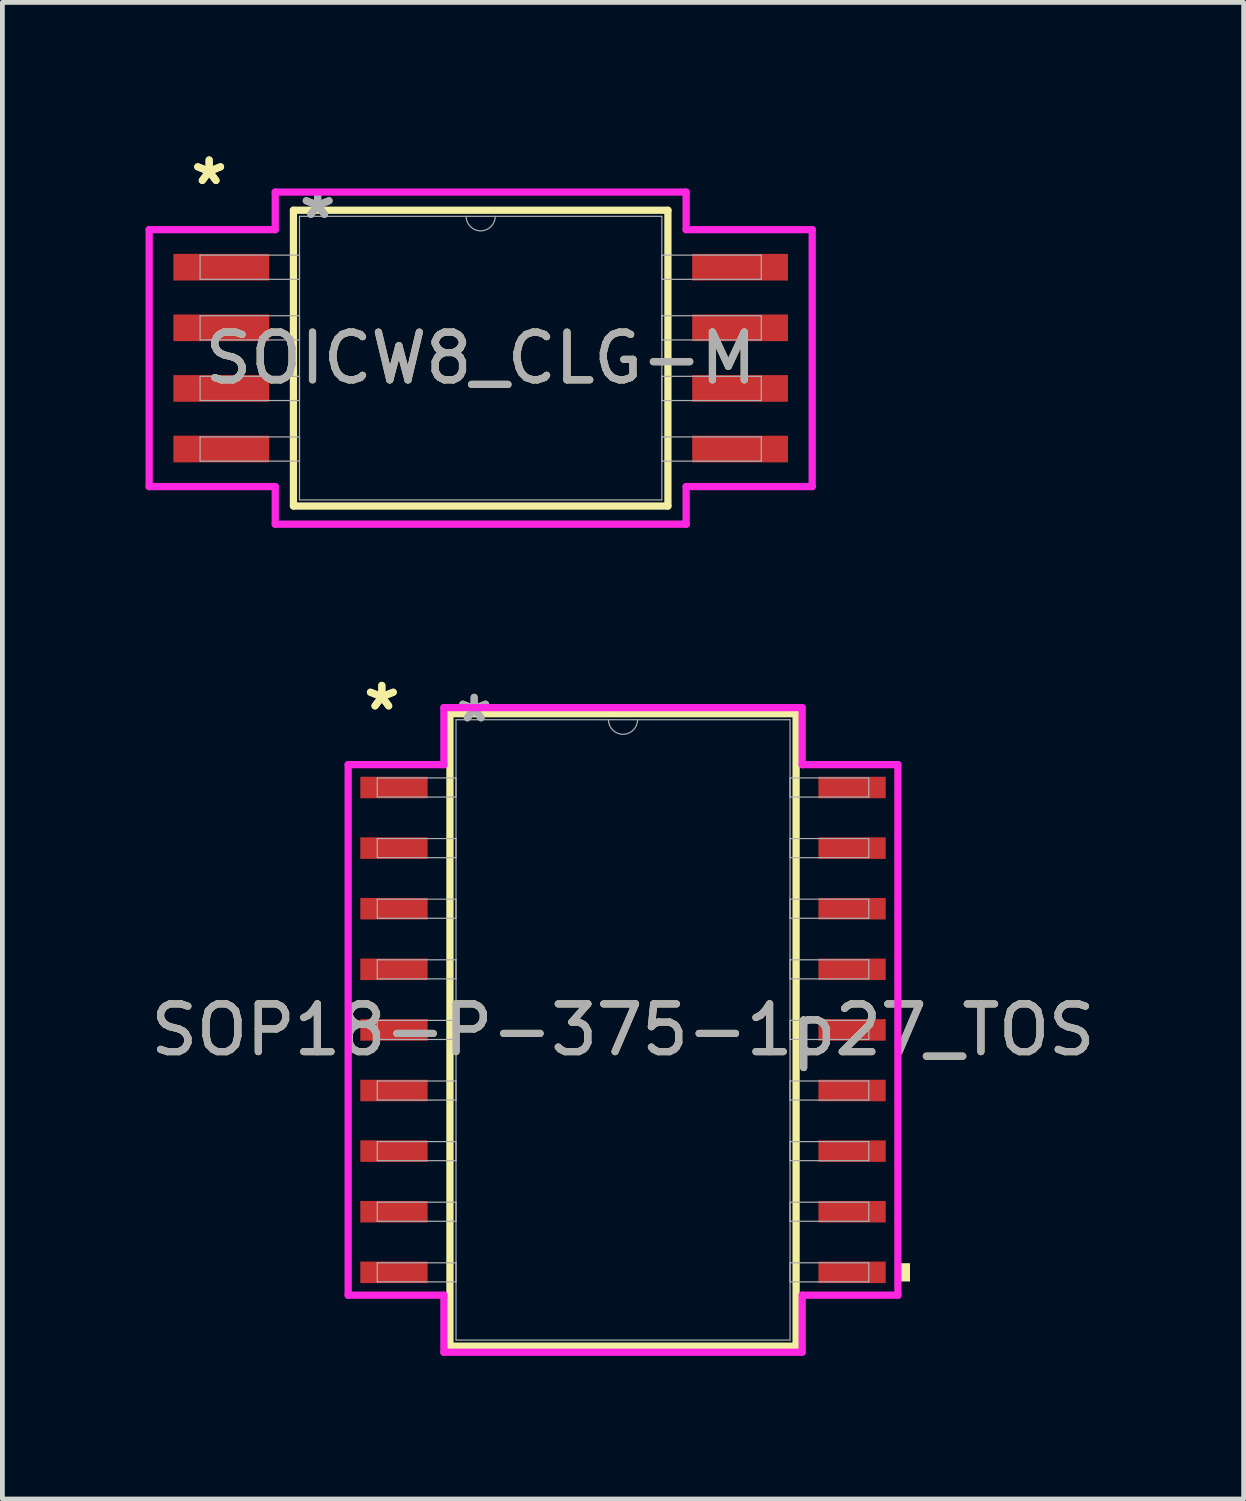
<source format=kicad_pcb>
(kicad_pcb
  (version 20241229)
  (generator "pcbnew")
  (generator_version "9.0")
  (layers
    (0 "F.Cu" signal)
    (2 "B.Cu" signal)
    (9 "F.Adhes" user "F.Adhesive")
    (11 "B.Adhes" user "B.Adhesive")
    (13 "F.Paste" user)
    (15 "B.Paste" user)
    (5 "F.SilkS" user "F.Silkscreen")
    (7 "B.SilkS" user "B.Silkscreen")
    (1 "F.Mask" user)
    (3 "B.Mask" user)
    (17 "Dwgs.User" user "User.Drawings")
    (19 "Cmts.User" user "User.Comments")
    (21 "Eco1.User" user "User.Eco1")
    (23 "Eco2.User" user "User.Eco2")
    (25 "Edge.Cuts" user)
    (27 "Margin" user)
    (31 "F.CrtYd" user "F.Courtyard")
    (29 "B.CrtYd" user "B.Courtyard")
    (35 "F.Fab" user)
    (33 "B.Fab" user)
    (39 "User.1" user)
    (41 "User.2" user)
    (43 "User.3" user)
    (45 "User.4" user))
  (footprint "SOICW8_CLG-M"
    (layer "F.Cu")
    (at 7.023 4.455)
    (property "Reference" "SOICW8_CLG-M" (at 0 0 0) (unlocked yes) (layer "F.SilkS") (effects (font (size 1 1) (thickness 0.15))))
    (attr smd)
    (fp_line (start -3.924 -3.099) (end -3.924 3.099) (stroke (width 0.152) (type solid)) (layer "F.SilkS"))
    (fp_line (start -3.924 3.099) (end 3.924 3.099) (stroke (width 0.152) (type solid)) (layer "F.SilkS"))
    (fp_line (start 3.924 -3.099) (end -3.924 -3.099) (stroke (width 0.152) (type solid)) (layer "F.SilkS"))
    (fp_line (start 3.924 3.099) (end 3.924 -3.099) (stroke (width 0.152) (type solid)) (layer "F.SilkS"))
    (fp_line (start -6.947 -2.692) (end -4.305 -2.692) (stroke (width 0.152) (type solid)) (layer "F.CrtYd"))
    (fp_line (start -6.947 2.692) (end -6.947 -2.692) (stroke (width 0.152) (type solid)) (layer "F.CrtYd"))
    (fp_line (start -6.947 2.692) (end -4.305 2.692) (stroke (width 0.152) (type solid)) (layer "F.CrtYd"))
    (fp_line (start -4.305 -3.48) (end 4.305 -3.48) (stroke (width 0.152) (type solid)) (layer "F.CrtYd"))
    (fp_line (start -4.305 -2.692) (end -4.305 -3.48) (stroke (width 0.152) (type solid)) (layer "F.CrtYd"))
    (fp_line (start -4.305 3.48) (end -4.305 2.692) (stroke (width 0.152) (type solid)) (layer "F.CrtYd"))
    (fp_line (start 4.305 -3.48) (end 4.305 -2.692) (stroke (width 0.152) (type solid)) (layer "F.CrtYd"))
    (fp_line (start 4.305 2.692) (end 4.305 3.48) (stroke (width 0.152) (type solid)) (layer "F.CrtYd"))
    (fp_line (start 4.305 3.48) (end -4.305 3.48) (stroke (width 0.152) (type solid)) (layer "F.CrtYd"))
    (fp_line (start 6.947 -2.692) (end 4.305 -2.692) (stroke (width 0.152) (type solid)) (layer "F.CrtYd"))
    (fp_line (start 6.947 -2.692) (end 6.947 2.692) (stroke (width 0.152) (type solid)) (layer "F.CrtYd"))
    (fp_line (start 6.947 2.692) (end 4.305 2.692) (stroke (width 0.152) (type solid)) (layer "F.CrtYd"))
    (fp_line (start -5.88 -2.159) (end -5.88 -1.651) (stroke (width 0.025) (type solid)) (layer "F.Fab"))
    (fp_line (start -5.88 -1.651) (end -3.797 -1.651) (stroke (width 0.025) (type solid)) (layer "F.Fab"))
    (fp_line (start -5.88 -0.889) (end -5.88 -0.381) (stroke (width 0.025) (type solid)) (layer "F.Fab"))
    (fp_line (start -5.88 -0.381) (end -3.797 -0.381) (stroke (width 0.025) (type solid)) (layer "F.Fab"))
    (fp_line (start -5.88 0.381) (end -5.88 0.889) (stroke (width 0.025) (type solid)) (layer "F.Fab"))
    (fp_line (start -5.88 0.889) (end -3.797 0.889) (stroke (width 0.025) (type solid)) (layer "F.Fab"))
    (fp_line (start -5.88 1.651) (end -5.88 2.159) (stroke (width 0.025) (type solid)) (layer "F.Fab"))
    (fp_line (start -5.88 2.159) (end -3.797 2.159) (stroke (width 0.025) (type solid)) (layer "F.Fab"))
    (fp_line (start -3.797 -2.972) (end -3.797 2.972) (stroke (width 0.025) (type solid)) (layer "F.Fab"))
    (fp_line (start -3.797 -2.159) (end -5.88 -2.159) (stroke (width 0.025) (type solid)) (layer "F.Fab"))
    (fp_line (start -3.797 -1.651) (end -3.797 -2.159) (stroke (width 0.025) (type solid)) (layer "F.Fab"))
    (fp_line (start -3.797 -0.889) (end -5.88 -0.889) (stroke (width 0.025) (type solid)) (layer "F.Fab"))
    (fp_line (start -3.797 -0.381) (end -3.797 -0.889) (stroke (width 0.025) (type solid)) (layer "F.Fab"))
    (fp_line (start -3.797 0.381) (end -5.88 0.381) (stroke (width 0.025) (type solid)) (layer "F.Fab"))
    (fp_line (start -3.797 0.889) (end -3.797 0.381) (stroke (width 0.025) (type solid)) (layer "F.Fab"))
    (fp_line (start -3.797 1.651) (end -5.88 1.651) (stroke (width 0.025) (type solid)) (layer "F.Fab"))
    (fp_line (start -3.797 2.159) (end -3.797 1.651) (stroke (width 0.025) (type solid)) (layer "F.Fab"))
    (fp_line (start -3.797 2.972) (end 3.797 2.972) (stroke (width 0.025) (type solid)) (layer "F.Fab"))
    (fp_line (start 3.797 -2.972) (end -3.797 -2.972) (stroke (width 0.025) (type solid)) (layer "F.Fab"))
    (fp_line (start 3.797 -2.159) (end 3.797 -1.651) (stroke (width 0.025) (type solid)) (layer "F.Fab"))
    (fp_line (start 3.797 -1.651) (end 5.88 -1.651) (stroke (width 0.025) (type solid)) (layer "F.Fab"))
    (fp_line (start 3.797 -0.889) (end 3.797 -0.381) (stroke (width 0.025) (type solid)) (layer "F.Fab"))
    (fp_line (start 3.797 -0.381) (end 5.88 -0.381) (stroke (width 0.025) (type solid)) (layer "F.Fab"))
    (fp_line (start 3.797 0.381) (end 3.797 0.889) (stroke (width 0.025) (type solid)) (layer "F.Fab"))
    (fp_line (start 3.797 0.889) (end 5.88 0.889) (stroke (width 0.025) (type solid)) (layer "F.Fab"))
    (fp_line (start 3.797 1.651) (end 3.797 2.159) (stroke (width 0.025) (type solid)) (layer "F.Fab"))
    (fp_line (start 3.797 2.159) (end 5.88 2.159) (stroke (width 0.025) (type solid)) (layer "F.Fab"))
    (fp_line (start 3.797 2.972) (end 3.797 -2.972) (stroke (width 0.025) (type solid)) (layer "F.Fab"))
    (fp_line (start 5.88 -2.159) (end 3.797 -2.159) (stroke (width 0.025) (type solid)) (layer "F.Fab"))
    (fp_line (start 5.88 -1.651) (end 5.88 -2.159) (stroke (width 0.025) (type solid)) (layer "F.Fab"))
    (fp_line (start 5.88 -0.889) (end 3.797 -0.889) (stroke (width 0.025) (type solid)) (layer "F.Fab"))
    (fp_line (start 5.88 -0.381) (end 5.88 -0.889) (stroke (width 0.025) (type solid)) (layer "F.Fab"))
    (fp_line (start 5.88 0.381) (end 3.797 0.381) (stroke (width 0.025) (type solid)) (layer "F.Fab"))
    (fp_line (start 5.88 0.889) (end 5.88 0.381) (stroke (width 0.025) (type solid)) (layer "F.Fab"))
    (fp_line (start 5.88 1.651) (end 3.797 1.651) (stroke (width 0.025) (type solid)) (layer "F.Fab"))
    (fp_line (start 5.88 2.159) (end 5.88 1.651) (stroke (width 0.025) (type solid)) (layer "F.Fab"))
    (fp_arc (start 0.3048 -2.9718) (mid 0 -2.667) (end -0.3048 -2.9718) (stroke (width 0.0254) (type solid)) (layer "F.Fab"))
    (fp_text user "*" (at -5.69 -3.607 0) (layer "F.SilkS") (effects (font (size 1 1) (thickness 0.15))))
    (fp_text user "*" (at -5.69 -3.607 0) (unlocked yes) (layer "F.SilkS") (effects (font (size 1 1) (thickness 0.15))))
    (fp_text user "*" (at -3.416 -2.896 0) (layer "F.Fab") (effects (font (size 1 1) (thickness 0.15))))
    (fp_text user "*" (at -3.416 -2.896 0) (unlocked yes) (layer "F.Fab") (effects (font (size 1 1) (thickness 0.15))))
    (fp_text user "${REFERENCE}" (at 0 0 0) (unlocked yes) (layer "F.Fab") (effects (font (size 1 1) (thickness 0.15))))
    (pad "1" smd rect (at -5.436 -1.905) (size 2.007 0.559) (layers "F.Cu" "F.Mask" "F.Paste"))
    (pad "2" smd rect (at -5.436 -0.635) (size 2.007 0.559) (layers "F.Cu" "F.Mask" "F.Paste"))
    (pad "3" smd rect (at -5.436 0.635) (size 2.007 0.559) (layers "F.Cu" "F.Mask" "F.Paste"))
    (pad "4" smd rect (at -5.436 1.905) (size 2.007 0.559) (layers "F.Cu" "F.Mask" "F.Paste"))
    (pad "5" smd rect (at 5.436 1.905) (size 2.007 0.559) (layers "F.Cu" "F.Mask" "F.Paste"))
    (pad "6" smd rect (at 5.436 0.635) (size 2.007 0.559) (layers "F.Cu" "F.Mask" "F.Paste"))
    (pad "7" smd rect (at 5.436 -0.635) (size 2.007 0.559) (layers "F.Cu" "F.Mask" "F.Paste"))
    (pad "8" smd rect (at 5.436 -1.905) (size 2.007 0.559) (layers "F.Cu" "F.Mask" "F.Paste")))
  (footprint "SOP18-P-375-1p27_TOS"
    (layer "F.Cu")
    (at 10.006 18.533)
    (property "Reference" "SOP18-P-375-1p27_TOS" (at 0 0 0) (unlocked yes) (layer "F.SilkS") (effects (font (size 1 1) (thickness 0.15))))
    (attr smd)
    (fp_line (start -3.627 -6.627) (end -3.627 6.627) (stroke (width 0.152) (type solid)) (layer "F.SilkS"))
    (fp_line (start -3.627 6.627) (end 3.627 6.627) (stroke (width 0.152) (type solid)) (layer "F.SilkS"))
    (fp_line (start 3.627 -6.627) (end -3.627 -6.627) (stroke (width 0.152) (type solid)) (layer "F.SilkS"))
    (fp_line (start 3.627 6.627) (end 3.627 -6.627) (stroke (width 0.152) (type solid)) (layer "F.SilkS"))
    (fp_poly (pts (xy 6.014 4.889) (xy 6.014 5.271) (xy 5.76 5.271) (xy 5.76 4.889)) (stroke (width 0) (type solid)) (fill yes) (layer "F.SilkS"))
    (fp_line (start -5.76 -5.559) (end -3.754 -5.559) (stroke (width 0.152) (type solid)) (layer "F.CrtYd"))
    (fp_line (start -5.76 5.559) (end -5.76 -5.559) (stroke (width 0.152) (type solid)) (layer "F.CrtYd"))
    (fp_line (start -5.76 5.559) (end -3.754 5.559) (stroke (width 0.152) (type solid)) (layer "F.CrtYd"))
    (fp_line (start -3.754 -6.754) (end 3.754 -6.754) (stroke (width 0.152) (type solid)) (layer "F.CrtYd"))
    (fp_line (start -3.754 -5.559) (end -3.754 -6.754) (stroke (width 0.152) (type solid)) (layer "F.CrtYd"))
    (fp_line (start -3.754 6.754) (end -3.754 5.559) (stroke (width 0.152) (type solid)) (layer "F.CrtYd"))
    (fp_line (start 3.754 -6.754) (end 3.754 -5.559) (stroke (width 0.152) (type solid)) (layer "F.CrtYd"))
    (fp_line (start 3.754 5.559) (end 3.754 6.754) (stroke (width 0.152) (type solid)) (layer "F.CrtYd"))
    (fp_line (start 3.754 6.754) (end -3.754 6.754) (stroke (width 0.152) (type solid)) (layer "F.CrtYd"))
    (fp_line (start 5.76 -5.559) (end 3.754 -5.559) (stroke (width 0.152) (type solid)) (layer "F.CrtYd"))
    (fp_line (start 5.76 -5.559) (end 5.76 5.559) (stroke (width 0.152) (type solid)) (layer "F.CrtYd"))
    (fp_line (start 5.76 5.559) (end 3.754 5.559) (stroke (width 0.152) (type solid)) (layer "F.CrtYd"))
    (fp_line (start -5.15 -5.28) (end -5.15 -4.88) (stroke (width 0.025) (type solid)) (layer "F.Fab"))
    (fp_line (start -5.15 -4.88) (end -3.5 -4.88) (stroke (width 0.025) (type solid)) (layer "F.Fab"))
    (fp_line (start -5.15 -4.01) (end -5.15 -3.61) (stroke (width 0.025) (type solid)) (layer "F.Fab"))
    (fp_line (start -5.15 -3.61) (end -3.5 -3.61) (stroke (width 0.025) (type solid)) (layer "F.Fab"))
    (fp_line (start -5.15 -2.74) (end -5.15 -2.34) (stroke (width 0.025) (type solid)) (layer "F.Fab"))
    (fp_line (start -5.15 -2.34) (end -3.5 -2.34) (stroke (width 0.025) (type solid)) (layer "F.Fab"))
    (fp_line (start -5.15 -1.47) (end -5.15 -1.07) (stroke (width 0.025) (type solid)) (layer "F.Fab"))
    (fp_line (start -5.15 -1.07) (end -3.5 -1.07) (stroke (width 0.025) (type solid)) (layer "F.Fab"))
    (fp_line (start -5.15 -0.2) (end -5.15 0.2) (stroke (width 0.025) (type solid)) (layer "F.Fab"))
    (fp_line (start -5.15 0.2) (end -3.5 0.2) (stroke (width 0.025) (type solid)) (layer "F.Fab"))
    (fp_line (start -5.15 1.07) (end -5.15 1.47) (stroke (width 0.025) (type solid)) (layer "F.Fab"))
    (fp_line (start -5.15 1.47) (end -3.5 1.47) (stroke (width 0.025) (type solid)) (layer "F.Fab"))
    (fp_line (start -5.15 2.34) (end -5.15 2.74) (stroke (width 0.025) (type solid)) (layer "F.Fab"))
    (fp_line (start -5.15 2.74) (end -3.5 2.74) (stroke (width 0.025) (type solid)) (layer "F.Fab"))
    (fp_line (start -5.15 3.61) (end -5.15 4.01) (stroke (width 0.025) (type solid)) (layer "F.Fab"))
    (fp_line (start -5.15 4.01) (end -3.5 4.01) (stroke (width 0.025) (type solid)) (layer "F.Fab"))
    (fp_line (start -5.15 4.88) (end -5.15 5.28) (stroke (width 0.025) (type solid)) (layer "F.Fab"))
    (fp_line (start -5.15 5.28) (end -3.5 5.28) (stroke (width 0.025) (type solid)) (layer "F.Fab"))
    (fp_line (start -3.5 -6.5) (end -3.5 6.5) (stroke (width 0.025) (type solid)) (layer "F.Fab"))
    (fp_line (start -3.5 6.5) (end 3.5 6.5) (stroke (width 0.025) (type solid)) (layer "F.Fab"))
    (fp_line (start -3.5 -5.28) (end -5.15 -5.28) (stroke (width 0.025) (type solid)) (layer "F.Fab"))
    (fp_line (start -3.5 -4.88) (end -3.5 -5.28) (stroke (width 0.025) (type solid)) (layer "F.Fab"))
    (fp_line (start -3.5 -4.01) (end -5.15 -4.01) (stroke (width 0.025) (type solid)) (layer "F.Fab"))
    (fp_line (start -3.5 -3.61) (end -3.5 -4.01) (stroke (width 0.025) (type solid)) (layer "F.Fab"))
    (fp_line (start -3.5 -2.74) (end -5.15 -2.74) (stroke (width 0.025) (type solid)) (layer "F.Fab"))
    (fp_line (start -3.5 -2.34) (end -3.5 -2.74) (stroke (width 0.025) (type solid)) (layer "F.Fab"))
    (fp_line (start -3.5 -1.47) (end -5.15 -1.47) (stroke (width 0.025) (type solid)) (layer "F.Fab"))
    (fp_line (start -3.5 -1.07) (end -3.5 -1.47) (stroke (width 0.025) (type solid)) (layer "F.Fab"))
    (fp_line (start -3.5 -0.2) (end -5.15 -0.2) (stroke (width 0.025) (type solid)) (layer "F.Fab"))
    (fp_line (start -3.5 0.2) (end -3.5 -0.2) (stroke (width 0.025) (type solid)) (layer "F.Fab"))
    (fp_line (start -3.5 1.07) (end -5.15 1.07) (stroke (width 0.025) (type solid)) (layer "F.Fab"))
    (fp_line (start -3.5 1.47) (end -3.5 1.07) (stroke (width 0.025) (type solid)) (layer "F.Fab"))
    (fp_line (start -3.5 2.34) (end -5.15 2.34) (stroke (width 0.025) (type solid)) (layer "F.Fab"))
    (fp_line (start -3.5 2.74) (end -3.5 2.34) (stroke (width 0.025) (type solid)) (layer "F.Fab"))
    (fp_line (start -3.5 3.61) (end -5.15 3.61) (stroke (width 0.025) (type solid)) (layer "F.Fab"))
    (fp_line (start -3.5 4.01) (end -3.5 3.61) (stroke (width 0.025) (type solid)) (layer "F.Fab"))
    (fp_line (start -3.5 4.88) (end -5.15 4.88) (stroke (width 0.025) (type solid)) (layer "F.Fab"))
    (fp_line (start -3.5 5.28) (end -3.5 4.88) (stroke (width 0.025) (type solid)) (layer "F.Fab"))
    (fp_line (start 3.5 -5.28) (end 3.5 -4.88) (stroke (width 0.025) (type solid)) (layer "F.Fab"))
    (fp_line (start 3.5 -4.88) (end 5.15 -4.88) (stroke (width 0.025) (type solid)) (layer "F.Fab"))
    (fp_line (start 3.5 -4.01) (end 3.5 -3.61) (stroke (width 0.025) (type solid)) (layer "F.Fab"))
    (fp_line (start 3.5 -3.61) (end 5.15 -3.61) (stroke (width 0.025) (type solid)) (layer "F.Fab"))
    (fp_line (start 3.5 -2.74) (end 3.5 -2.34) (stroke (width 0.025) (type solid)) (layer "F.Fab"))
    (fp_line (start 3.5 -2.34) (end 5.15 -2.34) (stroke (width 0.025) (type solid)) (layer "F.Fab"))
    (fp_line (start 3.5 -1.47) (end 3.5 -1.07) (stroke (width 0.025) (type solid)) (layer "F.Fab"))
    (fp_line (start 3.5 -1.07) (end 5.15 -1.07) (stroke (width 0.025) (type solid)) (layer "F.Fab"))
    (fp_line (start 3.5 -0.2) (end 3.5 0.2) (stroke (width 0.025) (type solid)) (layer "F.Fab"))
    (fp_line (start 3.5 0.2) (end 5.15 0.2) (stroke (width 0.025) (type solid)) (layer "F.Fab"))
    (fp_line (start 3.5 1.07) (end 3.5 1.47) (stroke (width 0.025) (type solid)) (layer "F.Fab"))
    (fp_line (start 3.5 1.47) (end 5.15 1.47) (stroke (width 0.025) (type solid)) (layer "F.Fab"))
    (fp_line (start 3.5 2.34) (end 3.5 2.74) (stroke (width 0.025) (type solid)) (layer "F.Fab"))
    (fp_line (start 3.5 2.74) (end 5.15 2.74) (stroke (width 0.025) (type solid)) (layer "F.Fab"))
    (fp_line (start 3.5 3.61) (end 3.5 4.01) (stroke (width 0.025) (type solid)) (layer "F.Fab"))
    (fp_line (start 3.5 4.01) (end 5.15 4.01) (stroke (width 0.025) (type solid)) (layer "F.Fab"))
    (fp_line (start 3.5 4.88) (end 3.5 5.28) (stroke (width 0.025) (type solid)) (layer "F.Fab"))
    (fp_line (start 3.5 5.28) (end 5.15 5.28) (stroke (width 0.025) (type solid)) (layer "F.Fab"))
    (fp_line (start 3.5 -6.5) (end -3.5 -6.5) (stroke (width 0.025) (type solid)) (layer "F.Fab"))
    (fp_line (start 3.5 6.5) (end 3.5 -6.5) (stroke (width 0.025) (type solid)) (layer "F.Fab"))
    (fp_line (start 5.15 -5.28) (end 3.5 -5.28) (stroke (width 0.025) (type solid)) (layer "F.Fab"))
    (fp_line (start 5.15 -4.88) (end 5.15 -5.28) (stroke (width 0.025) (type solid)) (layer "F.Fab"))
    (fp_line (start 5.15 -4.01) (end 3.5 -4.01) (stroke (width 0.025) (type solid)) (layer "F.Fab"))
    (fp_line (start 5.15 -3.61) (end 5.15 -4.01) (stroke (width 0.025) (type solid)) (layer "F.Fab"))
    (fp_line (start 5.15 -2.74) (end 3.5 -2.74) (stroke (width 0.025) (type solid)) (layer "F.Fab"))
    (fp_line (start 5.15 -2.34) (end 5.15 -2.74) (stroke (width 0.025) (type solid)) (layer "F.Fab"))
    (fp_line (start 5.15 -1.47) (end 3.5 -1.47) (stroke (width 0.025) (type solid)) (layer "F.Fab"))
    (fp_line (start 5.15 -1.07) (end 5.15 -1.47) (stroke (width 0.025) (type solid)) (layer "F.Fab"))
    (fp_line (start 5.15 -0.2) (end 3.5 -0.2) (stroke (width 0.025) (type solid)) (layer "F.Fab"))
    (fp_line (start 5.15 0.2) (end 5.15 -0.2) (stroke (width 0.025) (type solid)) (layer "F.Fab"))
    (fp_line (start 5.15 1.07) (end 3.5 1.07) (stroke (width 0.025) (type solid)) (layer "F.Fab"))
    (fp_line (start 5.15 1.47) (end 5.15 1.07) (stroke (width 0.025) (type solid)) (layer "F.Fab"))
    (fp_line (start 5.15 2.34) (end 3.5 2.34) (stroke (width 0.025) (type solid)) (layer "F.Fab"))
    (fp_line (start 5.15 2.74) (end 5.15 2.34) (stroke (width 0.025) (type solid)) (layer "F.Fab"))
    (fp_line (start 5.15 3.61) (end 3.5 3.61) (stroke (width 0.025) (type solid)) (layer "F.Fab"))
    (fp_line (start 5.15 4.01) (end 5.15 3.61) (stroke (width 0.025) (type solid)) (layer "F.Fab"))
    (fp_line (start 5.15 4.88) (end 3.5 4.88) (stroke (width 0.025) (type solid)) (layer "F.Fab"))
    (fp_line (start 5.15 5.28) (end 5.15 4.88) (stroke (width 0.025) (type solid)) (layer "F.Fab"))
    (fp_arc (start 0.3048 -6.5) (mid 0 -6.1952) (end -0.3048 -6.5) (stroke (width 0.0254) (type solid)) (layer "F.Fab"))
    (fp_text user "*" (at -5.054 -6.674 0) (layer "F.SilkS") (effects (font (size 1 1) (thickness 0.15))))
    (fp_text user "*" (at -5.054 -6.674 0) (unlocked yes) (layer "F.SilkS") (effects (font (size 1 1) (thickness 0.15))))
    (fp_text user "${REFERENCE}" (at 0 0 0) (unlocked yes) (layer "F.Fab") (effects (font (size 1 1) (thickness 0.15))))
    (fp_text user "*" (at -3.119 -6.424 0) (unlocked yes) (layer "F.Fab") (effects (font (size 1 1) (thickness 0.15))))
    (fp_text user "*" (at -3.119 -6.424 0) (layer "F.Fab") (effects (font (size 1 1) (thickness 0.15))))
    (pad "1" smd rect (at -4.8 -5.08) (size 1.411 0.451) (layers "F.Cu" "F.Mask" "F.Paste"))
    (pad "2" smd rect (at -4.8 -3.81) (size 1.411 0.451) (layers "F.Cu" "F.Mask" "F.Paste"))
    (pad "3" smd rect (at -4.8 -2.54) (size 1.411 0.451) (layers "F.Cu" "F.Mask" "F.Paste"))
    (pad "4" smd rect (at -4.8 -1.27) (size 1.411 0.451) (layers "F.Cu" "F.Mask" "F.Paste"))
    (pad "5" smd rect (at -4.8 0) (size 1.411 0.451) (layers "F.Cu" "F.Mask" "F.Paste"))
    (pad "6" smd rect (at -4.8 1.27) (size 1.411 0.451) (layers "F.Cu" "F.Mask" "F.Paste"))
    (pad "7" smd rect (at -4.8 2.54) (size 1.411 0.451) (layers "F.Cu" "F.Mask" "F.Paste"))
    (pad "8" smd rect (at -4.8 3.81) (size 1.411 0.451) (layers "F.Cu" "F.Mask" "F.Paste"))
    (pad "9" smd rect (at -4.8 5.08) (size 1.411 0.451) (layers "F.Cu" "F.Mask" "F.Paste"))
    (pad "10" smd rect (at 4.8 5.08) (size 1.411 0.451) (layers "F.Cu" "F.Mask" "F.Paste"))
    (pad "11" smd rect (at 4.8 3.81) (size 1.411 0.451) (layers "F.Cu" "F.Mask" "F.Paste"))
    (pad "12" smd rect (at 4.8 2.54) (size 1.411 0.451) (layers "F.Cu" "F.Mask" "F.Paste"))
    (pad "13" smd rect (at 4.8 1.27) (size 1.411 0.451) (layers "F.Cu" "F.Mask" "F.Paste"))
    (pad "14" smd rect (at 4.8 0) (size 1.411 0.451) (layers "F.Cu" "F.Mask" "F.Paste"))
    (pad "15" smd rect (at 4.8 -1.27) (size 1.411 0.451) (layers "F.Cu" "F.Mask" "F.Paste"))
    (pad "16" smd rect (at 4.8 -2.54) (size 1.411 0.451) (layers "F.Cu" "F.Mask" "F.Paste"))
    (pad "17" smd rect (at 4.8 -3.81) (size 1.411 0.451) (layers "F.Cu" "F.Mask" "F.Paste"))
    (pad "18" smd rect (at 4.8 -5.08) (size 1.411 0.451) (layers "F.Cu" "F.Mask" "F.Paste")))
  (gr_rect
    (start -3 -3)
    (end 23.012 28.363)
    (stroke (width 0.1) (type default))
    (fill no)
    (layer "Edge.Cuts")))
</source>
